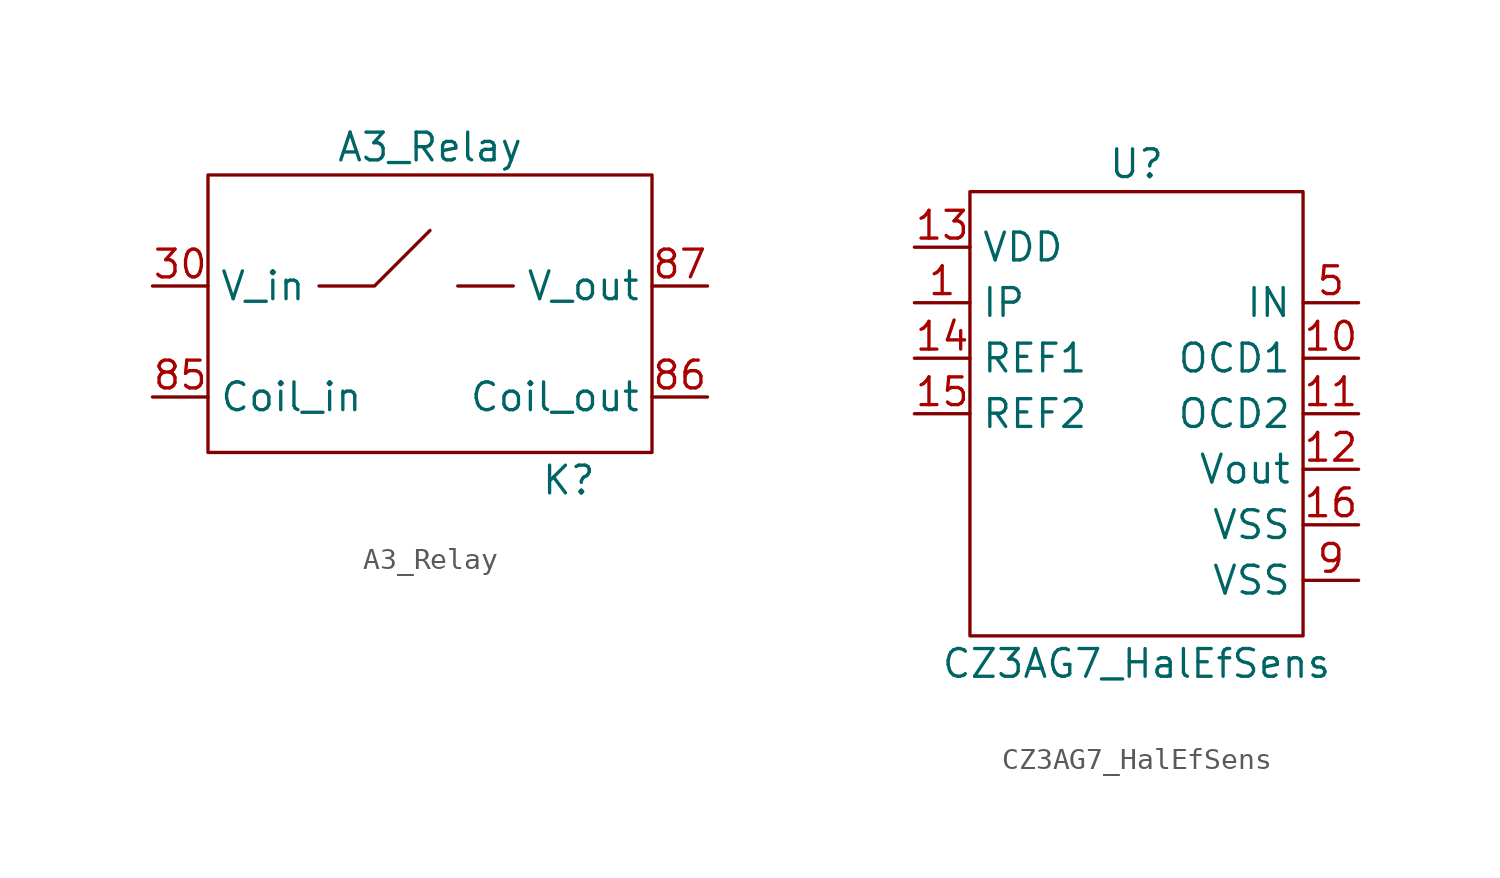
<source format=kicad_sym>
(kicad_symbol_lib
  (version 20211014)
  (generator kicad_symbol_editor)
  (symbol "A3_Relay"
    (property "Reference" "K"
      (at 6.35 -10.16 0)
      (effects (font (size 1.27 1.27))))
    (property "Value" "A3_Relay"
      (at 0 5.08 0)
      (effects (font (size 1.27 1.27))))
    (symbol "A3_Relay_0_1"
      (rectangle (start -10.16 3.81) (end 10.16 -8.89) (stroke (width 0) (type default) (color 0 0 0 0)) (fill (type none)))
      (polyline (pts (xy 1.27 -1.27) (xy 3.81 -1.27)) (stroke (width 0) (type default) (color 0 0 0 0)) (fill (type none)))
      (polyline (pts (xy -5.08 -1.27) (xy -2.54 -1.27) (xy 0 1.27)) (stroke (width 0) (type default) (color 0 0 0 0)) (fill (type none))))
    (symbol "A3_Relay_1_1"
      (pin power_in line (at -12.7 -1.27 0) (length 2.54) (name "V_in" (effects (font (size 1.27 1.27)))) (number "30" (effects (font (size 1.27 1.27)))))
      (pin power_in line (at -12.7 -6.35 0) (length 2.54) (name "Coil_in" (effects (font (size 1.27 1.27)))) (number "85" (effects (font (size 1.27 1.27)))))
      (pin power_out line (at 12.7 -6.35 180) (length 2.54) (name "Coil_out" (effects (font (size 1.27 1.27)))) (number "86" (effects (font (size 1.27 1.27)))))
      (pin power_out line (at 12.7 -1.27 180) (length 2.54) (name "V_out" (effects (font (size 1.27 1.27)))) (number "87" (effects (font (size 1.27 1.27)))))))
  (symbol "CZ3AG7_HalEfSens"
    (property "Reference" "U"
      (at -1.27 8.89 0)
      (effects (font (size 1.27 1.27))))
    (property "Value" "CZ3AG7_HalEfSens"
      (at -1.27 -13.97 0)
      (effects (font (size 1.27 1.27))))
    (symbol "CZ3AG7_HalEfSens_0_1"
      (rectangle (start -8.89 7.62) (end 6.35 -12.7) (stroke (width 0) (type default) (color 0 0 0 0)) (fill (type none))))
    (symbol "CZ3AG7_HalEfSens_1_1"
      (pin input line (at -11.43 2.54 0) (length 2.54) (name "IP" (effects (font (size 1.27 1.27)))) (number "1" (effects (font (size 1.27 1.27)))))
      (pin output line (at 8.89 0 180) (length 2.54) (name "OCD1" (effects (font (size 1.27 1.27)))) (number "10" (effects (font (size 1.27 1.27)))))
      (pin output line (at 8.89 -2.54 180) (length 2.54) (name "OCD2" (effects (font (size 1.27 1.27)))) (number "11" (effects (font (size 1.27 1.27)))))
      (pin output line (at 8.89 -5.08 180) (length 2.54) (name "Vout" (effects (font (size 1.27 1.27)))) (number "12" (effects (font (size 1.27 1.27)))))
      (pin power_in line (at -11.43 5.08 0) (length 2.54) (name "VDD" (effects (font (size 1.27 1.27)))) (number "13" (effects (font (size 1.27 1.27)))))
      (pin input line (at -11.43 0 0) (length 2.54) (name "REF1" (effects (font (size 1.27 1.27)))) (number "14" (effects (font (size 1.27 1.27)))))
      (pin input line (at -11.43 -2.54 0) (length 2.54) (name "REF2" (effects (font (size 1.27 1.27)))) (number "15" (effects (font (size 1.27 1.27)))))
      (pin power_in line (at 8.89 -7.62 180) (length 2.54) (name "VSS" (effects (font (size 1.27 1.27)))) (number "16" (effects (font (size 1.27 1.27)))))
      (pin output line (at 8.89 2.54 180) (length 2.54) (name "IN" (effects (font (size 1.27 1.27)))) (number "5" (effects (font (size 1.27 1.27)))))
      (pin power_in line (at 8.89 -10.16 180) (length 2.54) (name "VSS" (effects (font (size 1.27 1.27)))) (number "9" (effects (font (size 1.27 1.27))))))))
</source>
